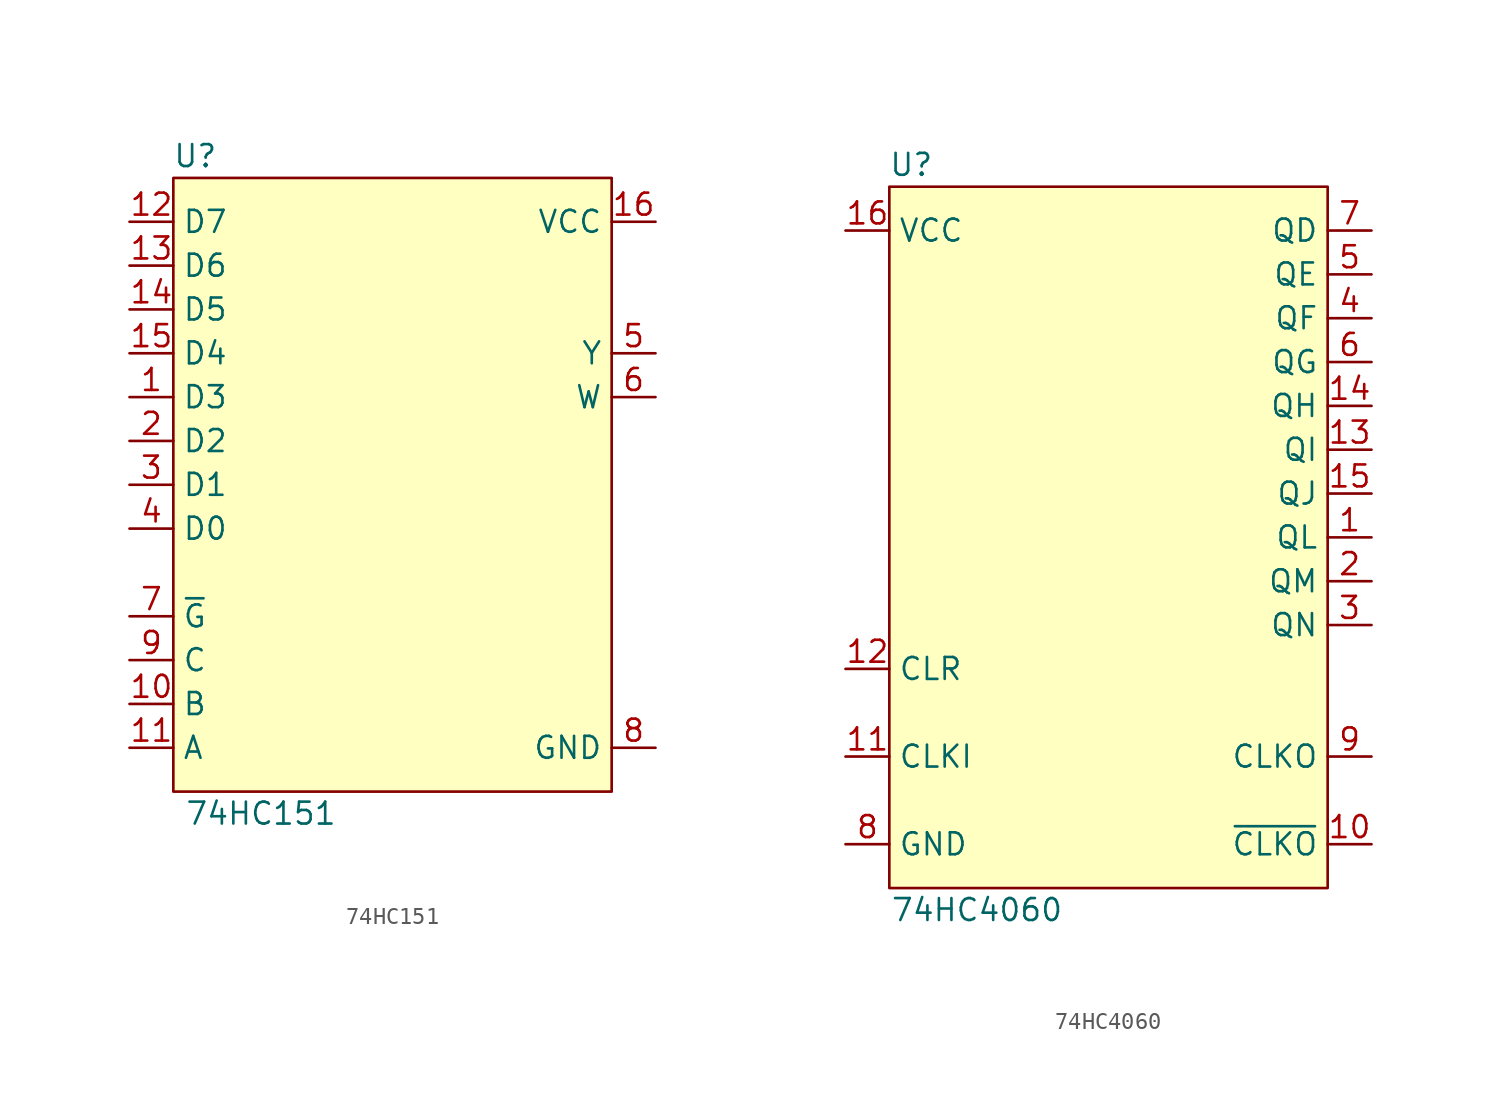
<source format=kicad_sym>
(kicad_symbol_lib
  (version 20211014)
  (generator kicad_symbol_editor)
  (symbol "74HC151"
    (property "Reference" "U"
      (at -11.43 19.05 0)
      (effects (font (size 1.27 1.27))))
    (property "Value" "74HC151"
      (at -7.62 -19.05 0)
      (effects (font (size 1.27 1.27))))
    (symbol "74HC151_0_1"
      (rectangle (start -12.7 17.78) (end 12.7 -17.78) (stroke (width 0) (type default) (color 0 0 0 0)) (fill (type background))))
    (symbol "74HC151_1_1"
      (pin input line (at -15.24 5.08 0) (length 2.54) (name "D3" (effects (font (size 1.27 1.27)))) (number "1" (effects (font (size 1.27 1.27)))))
      (pin input line (at -15.24 -12.7 0) (length 2.54) (name "B" (effects (font (size 1.27 1.27)))) (number "10" (effects (font (size 1.27 1.27)))))
      (pin input line (at -15.24 -15.24 0) (length 2.54) (name "A" (effects (font (size 1.27 1.27)))) (number "11" (effects (font (size 1.27 1.27)))))
      (pin input line (at -15.24 15.24 0) (length 2.54) (name "D7" (effects (font (size 1.27 1.27)))) (number "12" (effects (font (size 1.27 1.27)))))
      (pin input line (at -15.24 12.7 0) (length 2.54) (name "D6" (effects (font (size 1.27 1.27)))) (number "13" (effects (font (size 1.27 1.27)))))
      (pin input line (at -15.24 10.16 0) (length 2.54) (name "D5" (effects (font (size 1.27 1.27)))) (number "14" (effects (font (size 1.27 1.27)))))
      (pin input line (at -15.24 7.62 0) (length 2.54) (name "D4" (effects (font (size 1.27 1.27)))) (number "15" (effects (font (size 1.27 1.27)))))
      (pin power_in line (at 15.24 15.24 180) (length 2.54) (name "VCC" (effects (font (size 1.27 1.27)))) (number "16" (effects (font (size 1.27 1.27)))))
      (pin input line (at -15.24 2.54 0) (length 2.54) (name "D2" (effects (font (size 1.27 1.27)))) (number "2" (effects (font (size 1.27 1.27)))))
      (pin input line (at -15.24 0 0) (length 2.54) (name "D1" (effects (font (size 1.27 1.27)))) (number "3" (effects (font (size 1.27 1.27)))))
      (pin input line (at -15.24 -2.54 0) (length 2.54) (name "D0" (effects (font (size 1.27 1.27)))) (number "4" (effects (font (size 1.27 1.27)))))
      (pin output line (at 15.24 7.62 180) (length 2.54) (name "Y" (effects (font (size 1.27 1.27)))) (number "5" (effects (font (size 1.27 1.27)))))
      (pin output line (at 15.24 5.08 180) (length 2.54) (name "W" (effects (font (size 1.27 1.27)))) (number "6" (effects (font (size 1.27 1.27)))))
      (pin input line (at -15.24 -7.62 0) (length 2.54) (name "~{G}" (effects (font (size 1.27 1.27)))) (number "7" (effects (font (size 1.27 1.27)))))
      (pin power_in line (at 15.24 -15.24 180) (length 2.54) (name "GND" (effects (font (size 1.27 1.27)))) (number "8" (effects (font (size 1.27 1.27)))))
      (pin input line (at -15.24 -10.16 0) (length 2.54) (name "C" (effects (font (size 1.27 1.27)))) (number "9" (effects (font (size 1.27 1.27)))))))
  (symbol "74HC4060"
    (property "Reference" "U"
      (at -11.43 21.59 0)
      (effects (font (size 1.27 1.27))))
    (property "Value" "74HC4060"
      (at -7.62 -21.59 0)
      (effects (font (size 1.27 1.27))))
    (symbol "74HC4060_0_1"
      (rectangle (start -12.7 20.32) (end 12.7 -20.32) (stroke (width 0) (type default) (color 0 0 0 0)) (fill (type background))))
    (symbol "74HC4060_1_1"
      (pin output line (at 15.24 0 180) (length 2.54) (name "QL" (effects (font (size 1.27 1.27)))) (number "1" (effects (font (size 1.27 1.27)))))
      (pin output line (at 15.24 -17.78 180) (length 2.54) (name "~{CLKO}" (effects (font (size 1.27 1.27)))) (number "10" (effects (font (size 1.27 1.27)))))
      (pin input line (at -15.24 -12.7 0) (length 2.54) (name "CLKI" (effects (font (size 1.27 1.27)))) (number "11" (effects (font (size 1.27 1.27)))))
      (pin input line (at -15.24 -7.62 0) (length 2.54) (name "CLR" (effects (font (size 1.27 1.27)))) (number "12" (effects (font (size 1.27 1.27)))))
      (pin output line (at 15.24 5.08 180) (length 2.54) (name "QI" (effects (font (size 1.27 1.27)))) (number "13" (effects (font (size 1.27 1.27)))))
      (pin output line (at 15.24 7.62 180) (length 2.54) (name "QH" (effects (font (size 1.27 1.27)))) (number "14" (effects (font (size 1.27 1.27)))))
      (pin output line (at 15.24 2.54 180) (length 2.54) (name "QJ" (effects (font (size 1.27 1.27)))) (number "15" (effects (font (size 1.27 1.27)))))
      (pin power_in line (at -15.24 17.78 0) (length 2.54) (name "VCC" (effects (font (size 1.27 1.27)))) (number "16" (effects (font (size 1.27 1.27)))))
      (pin output line (at 15.24 -2.54 180) (length 2.54) (name "QM" (effects (font (size 1.27 1.27)))) (number "2" (effects (font (size 1.27 1.27)))))
      (pin output line (at 15.24 -5.08 180) (length 2.54) (name "QN" (effects (font (size 1.27 1.27)))) (number "3" (effects (font (size 1.27 1.27)))))
      (pin output line (at 15.24 12.7 180) (length 2.54) (name "QF" (effects (font (size 1.27 1.27)))) (number "4" (effects (font (size 1.27 1.27)))))
      (pin output line (at 15.24 15.24 180) (length 2.54) (name "QE" (effects (font (size 1.27 1.27)))) (number "5" (effects (font (size 1.27 1.27)))))
      (pin output line (at 15.24 10.16 180) (length 2.54) (name "QG" (effects (font (size 1.27 1.27)))) (number "6" (effects (font (size 1.27 1.27)))))
      (pin output line (at 15.24 17.78 180) (length 2.54) (name "QD" (effects (font (size 1.27 1.27)))) (number "7" (effects (font (size 1.27 1.27)))))
      (pin power_in line (at -15.24 -17.78 0) (length 2.54) (name "GND" (effects (font (size 1.27 1.27)))) (number "8" (effects (font (size 1.27 1.27)))))
      (pin output line (at 15.24 -12.7 180) (length 2.54) (name "CLKO" (effects (font (size 1.27 1.27)))) (number "9" (effects (font (size 1.27 1.27))))))))
</source>
